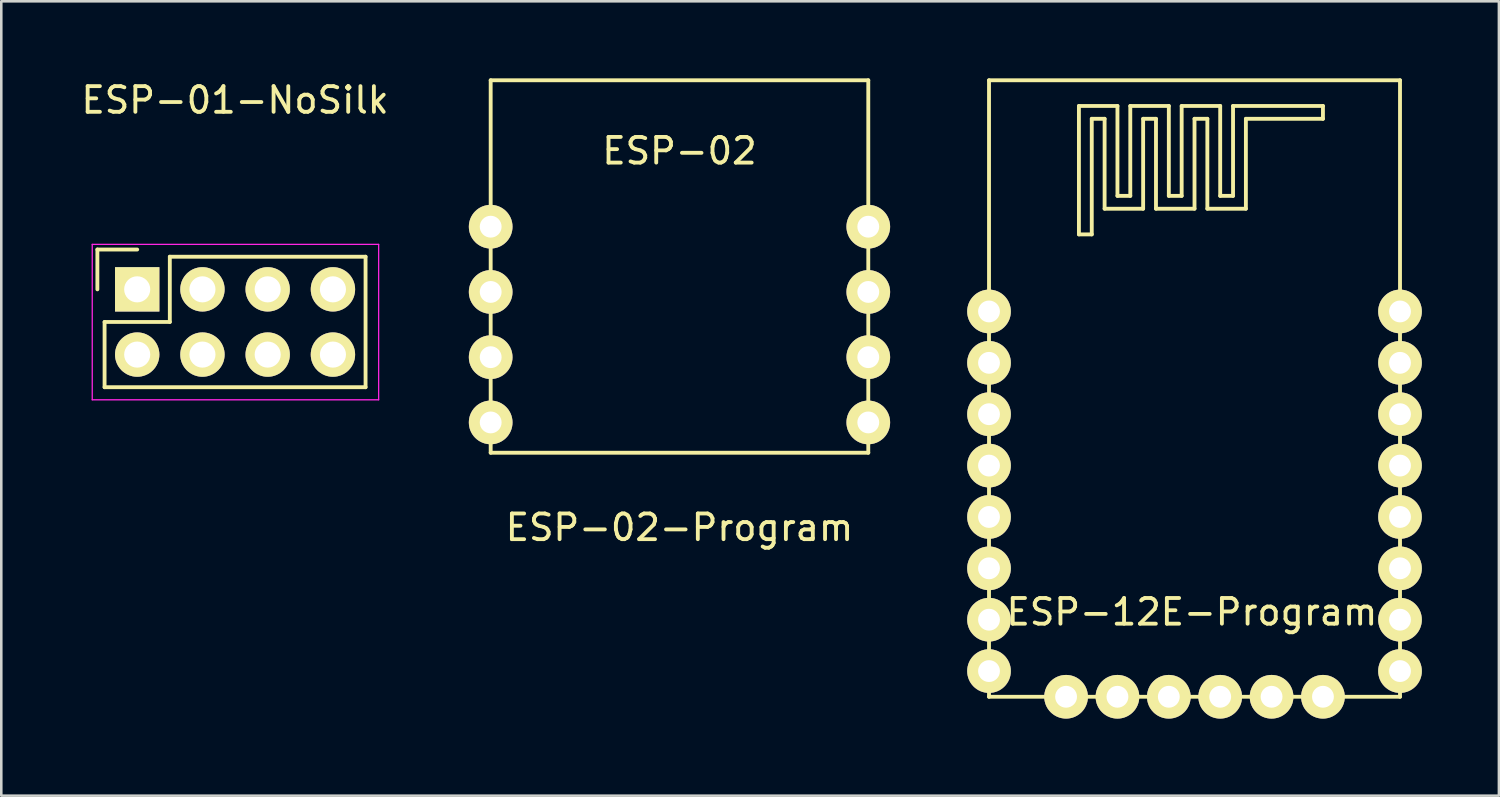
<source format=kicad_pcb>
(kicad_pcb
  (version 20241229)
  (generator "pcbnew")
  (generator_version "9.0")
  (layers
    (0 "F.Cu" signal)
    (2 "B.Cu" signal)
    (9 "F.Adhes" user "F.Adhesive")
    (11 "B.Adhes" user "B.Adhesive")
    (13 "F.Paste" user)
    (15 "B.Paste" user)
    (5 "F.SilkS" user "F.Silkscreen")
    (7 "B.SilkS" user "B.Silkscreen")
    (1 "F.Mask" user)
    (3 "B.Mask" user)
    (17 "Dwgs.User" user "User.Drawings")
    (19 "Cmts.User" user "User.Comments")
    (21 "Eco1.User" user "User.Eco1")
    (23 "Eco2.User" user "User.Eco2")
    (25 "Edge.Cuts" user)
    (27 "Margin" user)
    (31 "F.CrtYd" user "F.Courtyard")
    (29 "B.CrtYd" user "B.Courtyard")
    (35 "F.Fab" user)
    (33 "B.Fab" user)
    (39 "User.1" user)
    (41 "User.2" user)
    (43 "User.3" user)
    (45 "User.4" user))
  (footprint "ESP-02-Program"
    (layer "F.Cu")
    (at 23.402 7.325)
    (property "Reference" "ESP-02-Program" (at 0 10.16 0) (layer "F.SilkS") (effects (font (size 1 1) (thickness 0.15))))
    (attr through_hole)
    (fp_line (start -7.35 -7.25) (end 7.35 -7.25) (stroke (width 0.15) (type solid)) (layer "F.SilkS"))
    (fp_line (start -7.35 7.25) (end -7.35 -7.25) (stroke (width 0.15) (type solid)) (layer "F.SilkS"))
    (fp_line (start 7.35 -7.25) (end 7.35 7.25) (stroke (width 0.15) (type solid)) (layer "F.SilkS"))
    (fp_line (start 7.35 7.25) (end -7.35 7.25) (stroke (width 0.15) (type solid)) (layer "F.SilkS"))
    (fp_text user "ESP-02" (at 0 -4.5 0) (layer "F.SilkS") (effects (font (size 1 1) (thickness 0.15))))
    (pad "1" thru_hole circle (at -7.35 -1.55) (size 1.7 1.7) (drill 0.85) (layers "*.Cu" "*.Mask" "F.SilkS"))
    (pad "2" thru_hole circle (at -7.35 0.99) (size 1.7 1.7) (drill 0.85) (layers "*.Cu" "*.Mask" "F.SilkS"))
    (pad "3" thru_hole circle (at -7.35 3.53) (size 1.7 1.7) (drill 0.85) (layers "*.Cu" "*.Mask" "F.SilkS"))
    (pad "4" thru_hole circle (at -7.35 6.07) (size 1.7 1.7) (drill 0.85) (layers "*.Cu" "*.Mask" "F.SilkS"))
    (pad "5" thru_hole circle (at 7.35 6.07) (size 1.7 1.7) (drill 0.85) (layers "*.Cu" "*.Mask" "F.SilkS"))
    (pad "6" thru_hole circle (at 7.35 3.53) (size 1.7 1.7) (drill 0.85) (layers "*.Cu" "*.Mask" "F.SilkS"))
    (pad "7" thru_hole circle (at 7.35 0.99) (size 1.7 1.7) (drill 0.85) (layers "*.Cu" "*.Mask" "F.SilkS"))
    (pad "8" thru_hole circle (at 7.35 -1.55) (size 1.7 1.7) (drill 0.85) (layers "*.Cu" "*.Mask" "F.SilkS")))
  (footprint "ESP-01-NoSilk"
    (layer "F.Cu")
    (at 6.101 9.484)
    (property "Reference" "ESP-01-NoSilk" (at 0 -8.636 0) (layer "F.SilkS") (effects (font (size 1 1) (thickness 0.15))))
    (attr through_hole)
    (fp_line (start -5.36 -2.82) (end -5.36 -1.27) (stroke (width 0.15) (type solid)) (layer "F.SilkS"))
    (fp_line (start -5.08 0) (end -2.54 0) (stroke (width 0.15) (type solid)) (layer "F.SilkS"))
    (fp_line (start -5.08 2.54) (end -5.08 0) (stroke (width 0.15) (type solid)) (layer "F.SilkS"))
    (fp_line (start -3.81 -2.82) (end -5.36 -2.82) (stroke (width 0.15) (type solid)) (layer "F.SilkS"))
    (fp_line (start -2.54 -2.54) (end 5.08 -2.54) (stroke (width 0.15) (type solid)) (layer "F.SilkS"))
    (fp_line (start -2.54 0) (end -2.54 -2.54) (stroke (width 0.15) (type solid)) (layer "F.SilkS"))
    (fp_line (start 5.08 -2.54) (end 5.08 2.54) (stroke (width 0.15) (type solid)) (layer "F.SilkS"))
    (fp_line (start 5.08 2.54) (end -5.08 2.54) (stroke (width 0.15) (type solid)) (layer "F.SilkS"))
    (fp_line (start -5.56 -3.02) (end -5.56 3.03) (stroke (width 0.05) (type solid)) (layer "F.CrtYd"))
    (fp_line (start -5.56 -3.02) (end 5.59 -3.02) (stroke (width 0.05) (type solid)) (layer "F.CrtYd"))
    (fp_line (start -5.56 3.03) (end 5.59 3.03) (stroke (width 0.05) (type solid)) (layer "F.CrtYd"))
    (fp_line (start 5.59 -3.02) (end 5.59 3.03) (stroke (width 0.05) (type solid)) (layer "F.CrtYd"))
    (pad "1" thru_hole rect (at -3.81 -1.27) (size 1.727 1.727) (drill 1.016) (layers "*.Cu" "*.Mask" "F.SilkS"))
    (pad "2" thru_hole oval (at -3.81 1.27) (size 1.727 1.727) (drill 1.016) (layers "*.Cu" "*.Mask" "F.SilkS"))
    (pad "3" thru_hole oval (at -1.27 -1.27) (size 1.727 1.727) (drill 1.016) (layers "*.Cu" "*.Mask" "F.SilkS"))
    (pad "4" thru_hole oval (at -1.27 1.27) (size 1.727 1.727) (drill 1.016) (layers "*.Cu" "*.Mask" "F.SilkS"))
    (pad "5" thru_hole oval (at 1.27 -1.27) (size 1.727 1.727) (drill 1.016) (layers "*.Cu" "*.Mask" "F.SilkS"))
    (pad "6" thru_hole oval (at 1.27 1.27) (size 1.727 1.727) (drill 1.016) (layers "*.Cu" "*.Mask" "F.SilkS"))
    (pad "7" thru_hole oval (at 3.81 -1.27) (size 1.727 1.727) (drill 1.016) (layers "*.Cu" "*.Mask" "F.SilkS"))
    (pad "8" thru_hole oval (at 3.81 1.27) (size 1.727 1.727) (drill 1.016) (layers "*.Cu" "*.Mask" "F.SilkS")))
  (footprint "ESP-12E-Program"
    (layer "F.Cu")
    (at 43.452 12.075)
    (property "Reference" "ESP-12E-Program" (at -0.1 8.7 0) (layer "F.SilkS") (effects (font (size 1 1) (thickness 0.15))))
    (attr through_hole)
    (fp_line (start -8 -12) (end 8 -12) (stroke (width 0.15) (type solid)) (layer "F.SilkS"))
    (fp_line (start -8 12) (end -8 -12) (stroke (width 0.15) (type solid)) (layer "F.SilkS"))
    (fp_line (start -4.5 -11) (end -3 -11) (stroke (width 0.15) (type solid)) (layer "F.SilkS"))
    (fp_line (start -4.5 -6) (end -4.5 -11) (stroke (width 0.15) (type solid)) (layer "F.SilkS"))
    (fp_line (start -4 -10.5) (end -4 -6) (stroke (width 0.15) (type solid)) (layer "F.SilkS"))
    (fp_line (start -4 -6) (end -4.5 -6) (stroke (width 0.15) (type solid)) (layer "F.SilkS"))
    (fp_line (start -3.5 -10.5) (end -4 -10.5) (stroke (width 0.15) (type solid)) (layer "F.SilkS"))
    (fp_line (start -3.5 -7) (end -3.5 -10.5) (stroke (width 0.15) (type solid)) (layer "F.SilkS"))
    (fp_line (start -3 -11) (end -3 -7.5) (stroke (width 0.15) (type solid)) (layer "F.SilkS"))
    (fp_line (start -3 -7.5) (end -2.5 -7.5) (stroke (width 0.15) (type solid)) (layer "F.SilkS"))
    (fp_line (start -2.5 -11) (end -1 -11) (stroke (width 0.15) (type solid)) (layer "F.SilkS"))
    (fp_line (start -2.5 -7.5) (end -2.5 -11) (stroke (width 0.15) (type solid)) (layer "F.SilkS"))
    (fp_line (start -2 -10.5) (end -2 -7) (stroke (width 0.15) (type solid)) (layer "F.SilkS"))
    (fp_line (start -2 -7) (end -3.5 -7) (stroke (width 0.15) (type solid)) (layer "F.SilkS"))
    (fp_line (start -1.5 -10.5) (end -2 -10.5) (stroke (width 0.15) (type solid)) (layer "F.SilkS"))
    (fp_line (start -1.5 -7) (end -1.5 -10.5) (stroke (width 0.15) (type solid)) (layer "F.SilkS"))
    (fp_line (start -1 -11) (end -1 -7.5) (stroke (width 0.15) (type solid)) (layer "F.SilkS"))
    (fp_line (start -1 -7.5) (end -0.5 -7.5) (stroke (width 0.15) (type solid)) (layer "F.SilkS"))
    (fp_line (start -0.5 -11) (end 1 -11) (stroke (width 0.15) (type solid)) (layer "F.SilkS"))
    (fp_line (start -0.5 -7.5) (end -0.5 -11) (stroke (width 0.15) (type solid)) (layer "F.SilkS"))
    (fp_line (start 0 -10.5) (end 0 -7) (stroke (width 0.15) (type solid)) (layer "F.SilkS"))
    (fp_line (start 0 -7) (end -1.5 -7) (stroke (width 0.15) (type solid)) (layer "F.SilkS"))
    (fp_line (start 0.5 -10.5) (end 0 -10.5) (stroke (width 0.15) (type solid)) (layer "F.SilkS"))
    (fp_line (start 0.5 -7) (end 0.5 -10.5) (stroke (width 0.15) (type solid)) (layer "F.SilkS"))
    (fp_line (start 1 -11) (end 1 -7.5) (stroke (width 0.15) (type solid)) (layer "F.SilkS"))
    (fp_line (start 1 -7.5) (end 1.5 -7.5) (stroke (width 0.15) (type solid)) (layer "F.SilkS"))
    (fp_line (start 1.5 -11) (end 5 -11) (stroke (width 0.15) (type solid)) (layer "F.SilkS"))
    (fp_line (start 1.5 -7.5) (end 1.5 -11) (stroke (width 0.15) (type solid)) (layer "F.SilkS"))
    (fp_line (start 2 -10.5) (end 2 -7) (stroke (width 0.15) (type solid)) (layer "F.SilkS"))
    (fp_line (start 2 -7) (end 0.5 -7) (stroke (width 0.15) (type solid)) (layer "F.SilkS"))
    (fp_line (start 5 -11) (end 5 -10.5) (stroke (width 0.15) (type solid)) (layer "F.SilkS"))
    (fp_line (start 5 -10.5) (end 2 -10.5) (stroke (width 0.15) (type solid)) (layer "F.SilkS"))
    (fp_line (start 8 -12) (end 8 12) (stroke (width 0.15) (type solid)) (layer "F.SilkS"))
    (fp_line (start 8 12) (end -8 12) (stroke (width 0.15) (type solid)) (layer "F.SilkS"))
    (pad "1" thru_hole circle (at -8 -3) (size 1.7 1.7) (drill 0.85) (layers "*.Cu" "*.Mask" "F.SilkS"))
    (pad "2" thru_hole circle (at -8 -1) (size 1.7 1.7) (drill 0.85) (layers "*.Cu" "*.Mask" "F.SilkS"))
    (pad "3" thru_hole circle (at -8 1) (size 1.7 1.7) (drill 0.85) (layers "*.Cu" "*.Mask" "F.SilkS"))
    (pad "4" thru_hole circle (at -8 3) (size 1.7 1.7) (drill 0.85) (layers "*.Cu" "*.Mask" "F.SilkS"))
    (pad "5" thru_hole circle (at -8 5) (size 1.7 1.7) (drill 0.85) (layers "*.Cu" "*.Mask" "F.SilkS"))
    (pad "6" thru_hole circle (at -8 7) (size 1.7 1.7) (drill 0.85) (layers "*.Cu" "*.Mask" "F.SilkS"))
    (pad "7" thru_hole circle (at -8 9) (size 1.7 1.7) (drill 0.85) (layers "*.Cu" "*.Mask" "F.SilkS"))
    (pad "8" thru_hole circle (at -8 11) (size 1.7 1.7) (drill 0.85) (layers "*.Cu" "*.Mask" "F.SilkS"))
    (pad "9" thru_hole circle (at -5 12) (size 1.7 1.7) (drill 0.85) (layers "*.Cu" "*.Mask" "F.SilkS"))
    (pad "10" thru_hole circle (at -3 12) (size 1.7 1.7) (drill 0.85) (layers "*.Cu" "*.Mask" "F.SilkS"))
    (pad "11" thru_hole circle (at -1 12) (size 1.7 1.7) (drill 0.85) (layers "*.Cu" "*.Mask" "F.SilkS"))
    (pad "12" thru_hole circle (at 1 12) (size 1.7 1.7) (drill 0.85) (layers "*.Cu" "*.Mask" "F.SilkS"))
    (pad "13" thru_hole circle (at 3 12) (size 1.7 1.7) (drill 0.85) (layers "*.Cu" "*.Mask" "F.SilkS"))
    (pad "14" thru_hole circle (at 5 12) (size 1.7 1.7) (drill 0.85) (layers "*.Cu" "*.Mask" "F.SilkS"))
    (pad "15" thru_hole circle (at 8 11) (size 1.7 1.7) (drill 0.85) (layers "*.Cu" "*.Mask" "F.SilkS"))
    (pad "16" thru_hole circle (at 8 9) (size 1.7 1.7) (drill 0.85) (layers "*.Cu" "*.Mask" "F.SilkS"))
    (pad "17" thru_hole circle (at 8 7) (size 1.7 1.7) (drill 0.85) (layers "*.Cu" "*.Mask" "F.SilkS"))
    (pad "18" thru_hole circle (at 8 5) (size 1.7 1.7) (drill 0.85) (layers "*.Cu" "*.Mask" "F.SilkS"))
    (pad "19" thru_hole circle (at 8 3) (size 1.7 1.7) (drill 0.85) (layers "*.Cu" "*.Mask" "F.SilkS"))
    (pad "20" thru_hole circle (at 8 1) (size 1.7 1.7) (drill 0.85) (layers "*.Cu" "*.Mask" "F.SilkS"))
    (pad "21" thru_hole circle (at 8 -1) (size 1.7 1.7) (drill 0.85) (layers "*.Cu" "*.Mask" "F.SilkS"))
    (pad "22" thru_hole circle (at 8 -3) (size 1.7 1.7) (drill 0.85) (layers "*.Cu" "*.Mask" "F.SilkS")))
  (gr_rect
    (start -3 -3)
    (end 55.302 27.925)
    (stroke (width 0.1) (type default))
    (fill no)
    (layer "Edge.Cuts")))
</source>
